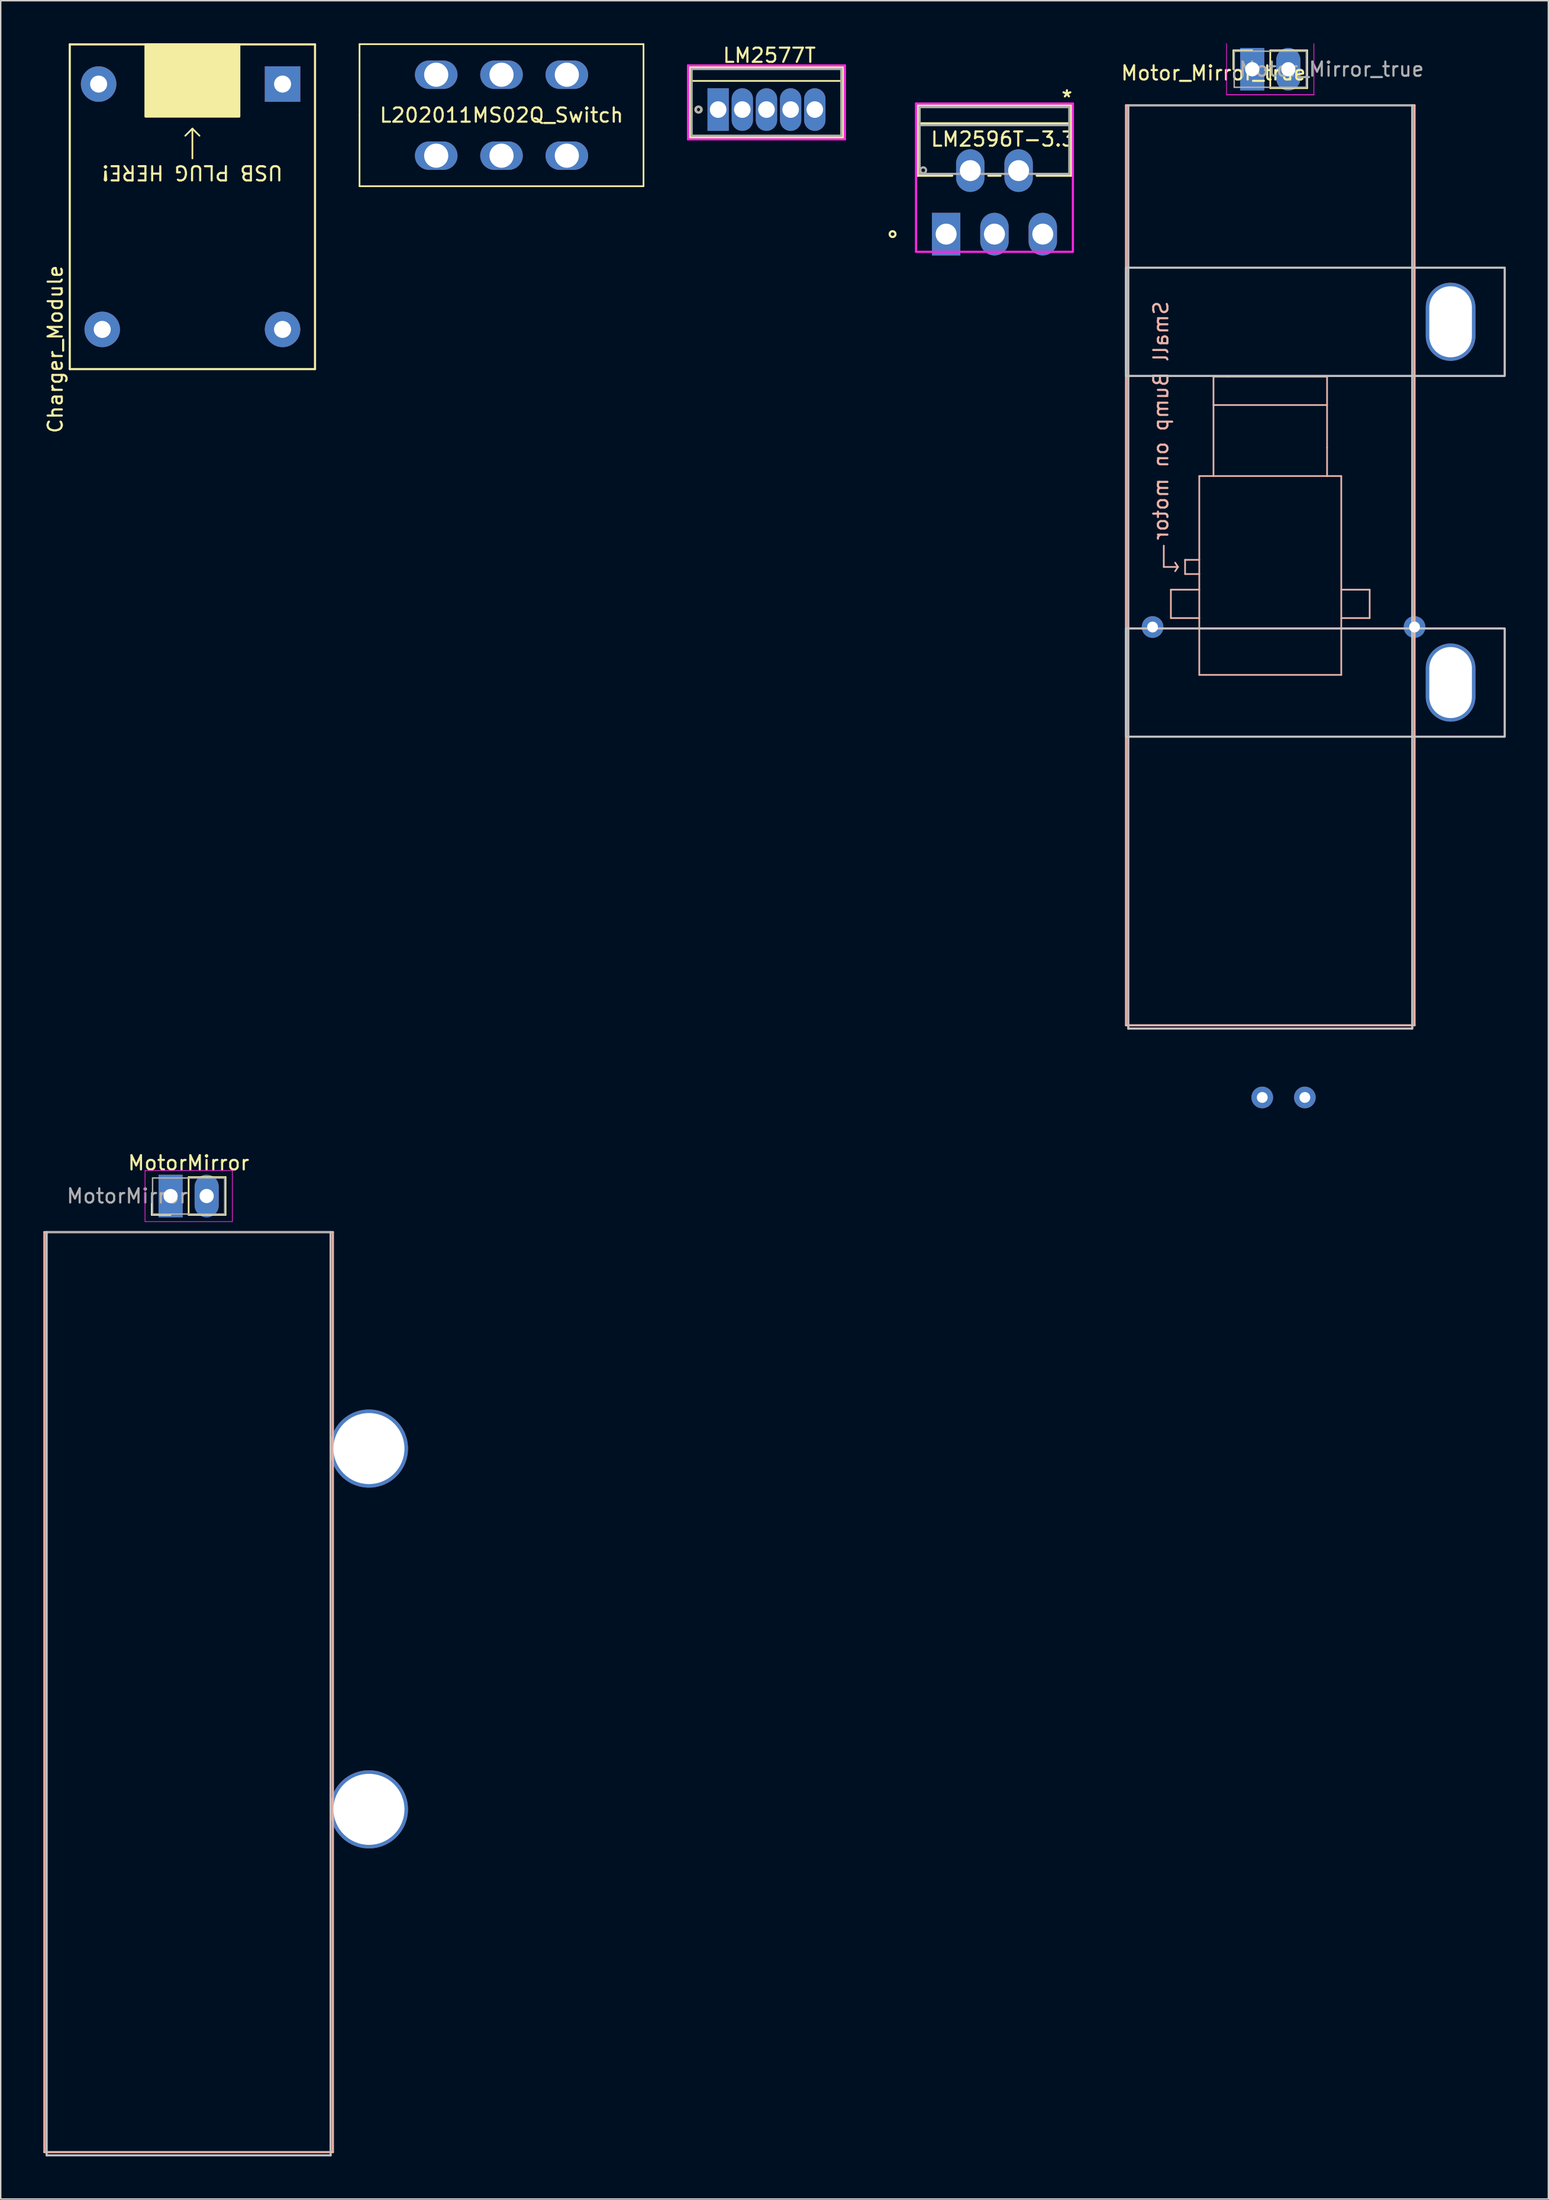
<source format=kicad_pcb>
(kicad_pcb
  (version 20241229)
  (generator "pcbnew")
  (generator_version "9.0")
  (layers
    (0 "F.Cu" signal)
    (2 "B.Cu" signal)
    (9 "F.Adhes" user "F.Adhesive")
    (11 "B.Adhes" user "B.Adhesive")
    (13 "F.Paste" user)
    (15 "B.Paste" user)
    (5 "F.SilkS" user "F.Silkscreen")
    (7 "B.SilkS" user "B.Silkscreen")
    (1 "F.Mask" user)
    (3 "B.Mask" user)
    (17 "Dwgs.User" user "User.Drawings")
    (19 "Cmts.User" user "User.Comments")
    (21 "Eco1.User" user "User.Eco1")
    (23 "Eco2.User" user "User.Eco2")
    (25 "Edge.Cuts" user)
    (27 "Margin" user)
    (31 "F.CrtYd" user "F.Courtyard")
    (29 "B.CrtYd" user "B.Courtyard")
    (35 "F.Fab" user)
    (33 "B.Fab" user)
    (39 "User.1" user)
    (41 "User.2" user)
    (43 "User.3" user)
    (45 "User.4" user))
  (footprint "LM2596T-3.3"
    (layer "F.Cu")
    (at 70.391 0.25)
    (property "Reference" "LM2596T-3.3" (at -2.8 6.5 0) (layer "F.SilkS") (effects (font (size 1 1) (thickness 0.15))))
    (attr through_hole)
    (fp_line (start -8.801 4.115) (end -8.801 9.068) (stroke (width 0.152) (type solid)) (layer "F.SilkS"))
    (fp_line (start -8.801 9.068) (end -6.38 9.068) (stroke (width 0.152) (type solid)) (layer "F.SilkS"))
    (fp_line (start -8.674 5.385) (end 1.867 5.385) (stroke (width 0.152) (type solid)) (layer "F.SilkS"))
    (fp_line (start -3.831 9.068) (end -2.976 9.068) (stroke (width 0.152) (type solid)) (layer "F.SilkS"))
    (fp_line (start -0.427 9.068) (end 1.994 9.068) (stroke (width 0.152) (type solid)) (layer "F.SilkS"))
    (fp_line (start 1.994 4.115) (end -8.801 4.115) (stroke (width 0.152) (type solid)) (layer "F.SilkS"))
    (fp_line (start 1.994 9.068) (end 1.994 4.115) (stroke (width 0.152) (type solid)) (layer "F.SilkS"))
    (fp_circle (center -10.579 13.183) (end -10.376 13.183) (stroke (width 0.152) (type solid)) (fill no) (layer "F.SilkS"))
    (fp_line (start -8.928 3.988) (end -8.928 14.427) (stroke (width 0.152) (type solid)) (layer "F.CrtYd"))
    (fp_line (start -8.928 14.427) (end 2.121 14.427) (stroke (width 0.152) (type solid)) (layer "F.CrtYd"))
    (fp_line (start 2.121 3.988) (end -8.928 3.988) (stroke (width 0.152) (type solid)) (layer "F.CrtYd"))
    (fp_line (start 2.121 14.427) (end 2.121 3.988) (stroke (width 0.152) (type solid)) (layer "F.CrtYd"))
    (fp_line (start -8.674 4.242) (end -8.674 8.941) (stroke (width 0.152) (type solid)) (layer "F.Fab"))
    (fp_line (start -8.674 5.512) (end 1.867 5.512) (stroke (width 0.152) (type solid)) (layer "F.Fab"))
    (fp_line (start -8.674 8.941) (end 1.867 8.941) (stroke (width 0.152) (type solid)) (layer "F.Fab"))
    (fp_line (start 1.867 4.242) (end -8.674 4.242) (stroke (width 0.152) (type solid)) (layer "F.Fab"))
    (fp_line (start 1.867 8.941) (end 1.867 4.242) (stroke (width 0.152) (type solid)) (layer "F.Fab"))
    (fp_circle (center -8.42 8.687) (end -8.217 8.687) (stroke (width 0.152) (type solid)) (fill no) (layer "F.Fab"))
    (fp_text user "*" (at 1.7 3.6 0) (layer "F.SilkS") (effects (font (size 1 1) (thickness 0.15))))
    (pad "1" thru_hole rect (at -6.807 13.183) (size 2 3) (drill 1.473) (layers "*.Cu" "*.Mask"))
    (pad "2" thru_hole oval (at -5.105 8.712) (size 2 3) (drill 1.473) (layers "*.Cu" "*.Mask"))
    (pad "3" thru_hole oval (at -3.404 13.183) (size 2 3) (drill 1.473) (layers "*.Cu" "*.Mask"))
    (pad "4" thru_hole oval (at -1.702 8.712) (size 2 3) (drill 1.473) (layers "*.Cu" "*.Mask"))
    (pad "5" thru_hole oval (at 0 13.183) (size 2 3) (drill 1.473) (layers "*.Cu" "*.Mask")))
  (footprint "L202011MS02Q_Switch"
    (layer "F.Cu")
    (at 32.271 5.06)
    (property "Reference" "L202011MS02Q_Switch" (at 0 0 0) (layer "F.SilkS") (effects (font (size 1 1) (thickness 0.15))))
    (attr through_hole)
    (fp_line (start -10 -5) (end 10 -5) (stroke (width 0.12) (type solid)) (layer "F.SilkS"))
    (fp_line (start -10 0) (end -10 -5) (stroke (width 0.12) (type solid)) (layer "F.SilkS"))
    (fp_line (start -10 5) (end -10 0) (stroke (width 0.12) (type solid)) (layer "F.SilkS"))
    (fp_line (start 10 -5) (end 10 5) (stroke (width 0.12) (type solid)) (layer "F.SilkS"))
    (fp_line (start 10 5) (end -10 5) (stroke (width 0.12) (type solid)) (layer "F.SilkS"))
    (pad "1" thru_hole oval (at -4.6 -2.85) (size 3 2) (drill 1.7) (layers "*.Cu" "*.Mask"))
    (pad "2" thru_hole oval (at 0 -2.85) (size 3 2) (drill 1.7) (layers "*.Cu" "*.Mask"))
    (pad "3" thru_hole oval (at 4.6 -2.85) (size 3 2) (drill 1.7) (layers "*.Cu" "*.Mask"))
    (pad "4" thru_hole oval (at -4.6 2.85) (size 3 2) (drill 1.7) (layers "*.Cu" "*.Mask"))
    (pad "5" thru_hole oval (at 0 2.85) (size 3 2) (drill 1.7) (layers "*.Cu" "*.Mask"))
    (pad "6" thru_hole oval (at 4.6 2.85) (size 3 2) (drill 1.7) (layers "*.Cu" "*.Mask")))
  (footprint "Charger_Module"
    (layer "F.Cu")
    (at 10.5 11.505)
    (property "Reference" "Charger_Module" (at -9.652 10.033 90) (layer "F.SilkS") (effects (font (size 1 1) (thickness 0.15))))
    (attr through_hole)
    (fp_line (start -8.636 -11.43) (end -8.636 11.43) (stroke (width 0.15) (type solid)) (layer "F.SilkS"))
    (fp_line (start -8.636 11.43) (end 8.636 11.43) (stroke (width 0.15) (type solid)) (layer "F.SilkS"))
    (fp_line (start 0 -5.5) (end -0.5 -5) (stroke (width 0.12) (type solid)) (layer "F.SilkS"))
    (fp_line (start 0 -5.5) (end 0.5 -5) (stroke (width 0.12) (type solid)) (layer "F.SilkS"))
    (fp_line (start 0 -3.4) (end 0 -5.5) (stroke (width 0.12) (type solid)) (layer "F.SilkS"))
    (fp_line (start 8.636 -11.43) (end -8.636 -11.43) (stroke (width 0.15) (type solid)) (layer "F.SilkS"))
    (fp_line (start 8.636 11.43) (end 8.636 -11.43) (stroke (width 0.15) (type solid)) (layer "F.SilkS"))
    (fp_poly (pts (xy -3.302 -11.43) (xy -3.302 -6.35) (xy 3.302 -6.35) (xy 3.302 -11.43)) (stroke (width 0.15) (type solid)) (fill yes) (layer "F.SilkS"))
    (fp_text user "USB PLUG HERE!" (at 0 -2.4 180) (unlocked yes) (layer "F.SilkS") (effects (font (size 1 1) (thickness 0.15))))
    (pad "1" thru_hole rect (at 6.35 -8.636 180) (size 2.5 2.5) (drill 1.2) (layers "*.Cu" "*.Mask"))
    (pad "2" thru_hole circle (at -6.604 -8.636 180) (size 2.5 2.5) (drill 1.2) (layers "*.Cu" "*.Mask"))
    (pad "3" thru_hole circle (at 6.35 8.636 180) (size 2.5 2.5) (drill 1.2) (layers "*.Cu" "*.Mask"))
    (pad "4" thru_hole circle (at -6.35 8.636 180) (size 2.5 2.5) (drill 1.2) (layers "*.Cu" "*.Mask")))
  (footprint "MotorMirror"
    (layer "F.Cu")
    (at 10.235 83.695)
    (property "Reference" "MotorMirror" (at 0 -4.87 0) (layer "F.SilkS") (effects (font (size 1 1) (thickness 0.15))))
    (attr through_hole)
    (fp_line (start -2.6 -1.21) (end -2.6 -2.54) (stroke (width 0.12) (type solid)) (layer "F.SilkS"))
    (fp_line (start -1.27 -1.21) (end -2.6 -1.21) (stroke (width 0.12) (type solid)) (layer "F.SilkS"))
    (fp_line (start 0 -3.87) (end 0 -1.21) (stroke (width 0.12) (type solid)) (layer "F.SilkS"))
    (fp_line (start 0 -1.21) (end 2.6 -1.21) (stroke (width 0.12) (type solid)) (layer "F.SilkS"))
    (fp_line (start 2.6 -3.87) (end 0 -3.87) (stroke (width 0.12) (type solid)) (layer "F.SilkS"))
    (fp_line (start 2.6 -1.21) (end 2.6 -3.87) (stroke (width 0.12) (type solid)) (layer "F.SilkS"))
    (fp_line (start -10.16 0) (end -10.16 64.77) (stroke (width 0.15) (type solid)) (layer "B.SilkS"))
    (fp_line (start -10.16 64.77) (end 10.16 64.77) (stroke (width 0.15) (type solid)) (layer "B.SilkS"))
    (fp_line (start 10.16 0) (end -10.16 0) (stroke (width 0.15) (type solid)) (layer "B.SilkS"))
    (fp_line (start 10.16 64.77) (end 10.16 0) (stroke (width 0.15) (type solid)) (layer "B.SilkS"))
    (fp_line (start -10 0) (end -10 65) (stroke (width 0.15) (type solid)) (layer "Dwgs.User"))
    (fp_line (start 10 0) (end 10 65) (stroke (width 0.15) (type solid)) (layer "Dwgs.User"))
    (fp_line (start 10 65) (end -10 65) (stroke (width 0.15) (type solid)) (layer "Dwgs.User"))
    (fp_line (start -3.07 -4.34) (end -3.07 -0.74) (stroke (width 0.05) (type solid)) (layer "F.CrtYd"))
    (fp_line (start -3.07 -0.74) (end 3.08 -0.74) (stroke (width 0.05) (type solid)) (layer "F.CrtYd"))
    (fp_line (start 3.08 -4.34) (end -3.07 -4.34) (stroke (width 0.05) (type solid)) (layer "F.CrtYd"))
    (fp_line (start 3.08 -0.74) (end 3.08 -4.34) (stroke (width 0.05) (type solid)) (layer "F.CrtYd"))
    (fp_line (start -2.54 -3.81) (end -2.54 -1.27) (stroke (width 0.1) (type solid)) (layer "F.Fab"))
    (fp_line (start -2.54 -1.27) (end 2.54 -1.27) (stroke (width 0.1) (type solid)) (layer "F.Fab"))
    (fp_line (start 2.54 -3.81) (end -2.54 -3.81) (stroke (width 0.1) (type solid)) (layer "F.Fab"))
    (fp_line (start 2.54 -1.27) (end 2.54 -3.81) (stroke (width 0.1) (type solid)) (layer "F.Fab"))
    (fp_line (start 10 0) (end -10 0) (stroke (width 0.15) (type solid)) (layer "F.Fab"))
    (fp_text user "${REFERENCE}" (at -4.318 -2.54 0) (layer "F.Fab") (effects (font (size 1 1) (thickness 0.15))))
    (pad "" thru_hole circle (at 12.7 15.24) (size 5.5 5.5) (drill 5) (layers "*.Cu" "*.Mask"))
    (pad "" thru_hole circle (at 12.7 40.64) (size 5.5 5.5) (drill 5) (layers "*.Cu" "*.Mask"))
    (pad "1" thru_hole rect (at -1.27 -2.54 90) (size 3 1.7) (drill 1) (layers "*.Cu" "*.Mask"))
    (pad "2" thru_hole oval (at 1.27 -2.54 90) (size 3 1.7) (drill 1) (layers "*.Cu" "*.Mask")))
  (footprint "LM2577T"
    (layer "F.Cu")
    (at 54.335 3.648)
    (property "Reference" "LM2577T" (at -3.2 -2.8 0) (layer "F.SilkS") (effects (font (size 1 1) (thickness 0.15))))
    (attr through_hole)
    (fp_line (start -8.801 -1.968) (end -8.801 2.985) (stroke (width 0.152) (type solid)) (layer "F.SilkS"))
    (fp_line (start -8.801 2.985) (end 1.994 2.985) (stroke (width 0.152) (type solid)) (layer "F.SilkS"))
    (fp_line (start -8.8 -1) (end 2 -1) (stroke (width 0.12) (type solid)) (layer "F.SilkS"))
    (fp_line (start 1.994 -1.968) (end -8.801 -1.968) (stroke (width 0.152) (type solid)) (layer "F.SilkS"))
    (fp_line (start 1.994 2.985) (end 1.994 -1.968) (stroke (width 0.152) (type solid)) (layer "F.SilkS"))
    (fp_circle (center -8.2 1.016) (end -7.997 1.016) (stroke (width 0.152) (type solid)) (fill no) (layer "F.SilkS"))
    (fp_line (start -8.928 -2.095) (end 2.121 -2.095) (stroke (width 0.152) (type solid)) (layer "F.CrtYd"))
    (fp_line (start -8.928 3.111) (end -8.928 -2.095) (stroke (width 0.152) (type solid)) (layer "F.CrtYd"))
    (fp_line (start 2.121 -2.095) (end 2.121 3.111) (stroke (width 0.152) (type solid)) (layer "F.CrtYd"))
    (fp_line (start 2.121 3.111) (end -8.928 3.111) (stroke (width 0.152) (type solid)) (layer "F.CrtYd"))
    (fp_line (start -8.674 -1.841) (end -8.674 2.857) (stroke (width 0.152) (type solid)) (layer "F.Fab"))
    (fp_line (start -8.674 2.857) (end 1.867 2.857) (stroke (width 0.152) (type solid)) (layer "F.Fab"))
    (fp_line (start -7.061 1.016) (end -6.553 1.016) (stroke (width 0.152) (type solid)) (layer "F.Fab"))
    (fp_line (start -6.807 1.27) (end -6.807 0.762) (stroke (width 0.152) (type solid)) (layer "F.Fab"))
    (fp_line (start 1.867 -1.841) (end -8.674 -1.841) (stroke (width 0.152) (type solid)) (layer "F.Fab"))
    (fp_line (start 1.867 2.857) (end 1.867 -1.841) (stroke (width 0.152) (type solid)) (layer "F.Fab"))
    (fp_circle (center -8.166 1.016) (end -7.963 1.016) (stroke (width 0.152) (type solid)) (fill no) (layer "F.Fab"))
    (pad "1" thru_hole rect (at -6.807 1.016) (size 1.5 3) (drill 1.168) (layers "*.Cu" "*.Mask"))
    (pad "2" thru_hole oval (at -5.105 1.016) (size 1.5 3) (drill 1.168) (layers "*.Cu" "*.Mask"))
    (pad "3" thru_hole oval (at -3.404 1.016) (size 1.5 3) (drill 1.168) (layers "*.Cu" "*.Mask"))
    (pad "4" thru_hole oval (at -1.702 1.016) (size 1.5 3) (drill 1.168) (layers "*.Cu" "*.Mask"))
    (pad "5" thru_hole oval (at 0 1.016) (size 1.5 3) (drill 1.168) (layers "*.Cu" "*.Mask")))
  (footprint "Motor_Mirror_true"
    (layer "F.Cu")
    (at 86.413 4.365)
    (property "Reference" "Motor_Mirror_true" (at -4 -2.273 0) (layer "F.SilkS") (effects (font (size 1 1) (thickness 0.15))))
    (attr through_hole)
    (fp_line (start -2.6 -3.87) (end -2.6 -2.54) (stroke (width 0.12) (type solid)) (layer "F.SilkS"))
    (fp_line (start -1.27 -3.87) (end -2.6 -3.87) (stroke (width 0.12) (type solid)) (layer "F.SilkS"))
    (fp_line (start 0 -3.87) (end 2.6 -3.87) (stroke (width 0.12) (type solid)) (layer "F.SilkS"))
    (fp_line (start 0 -1.21) (end 0 -3.87) (stroke (width 0.12) (type solid)) (layer "F.SilkS"))
    (fp_line (start 2.6 -3.87) (end 2.6 -1.21) (stroke (width 0.12) (type solid)) (layer "F.SilkS"))
    (fp_line (start 2.6 -1.21) (end 0 -1.21) (stroke (width 0.12) (type solid)) (layer "F.SilkS"))
    (fp_line (start -10.16 0) (end -10.16 64.77) (stroke (width 0.15) (type solid)) (layer "B.SilkS"))
    (fp_line (start -10.16 64.77) (end 10.16 64.77) (stroke (width 0.15) (type solid)) (layer "B.SilkS"))
    (fp_line (start -7.5 32.5) (end -7.5 31) (stroke (width 0.12) (type solid)) (layer "B.SilkS"))
    (fp_line (start -7 34.1) (end -5 34.1) (stroke (width 0.12) (type solid)) (layer "B.SilkS"))
    (fp_line (start -7 36.1) (end -7 34.1) (stroke (width 0.12) (type solid)) (layer "B.SilkS"))
    (fp_line (start -6.5 32.5) (end -7.5 32.5) (stroke (width 0.12) (type solid)) (layer "B.SilkS"))
    (fp_line (start -6.5 32.5) (end -6.7 32.2) (stroke (width 0.12) (type solid)) (layer "B.SilkS"))
    (fp_line (start -6.5 32.5) (end -6.7 32.8) (stroke (width 0.12) (type solid)) (layer "B.SilkS"))
    (fp_line (start -6 32) (end -5 32) (stroke (width 0.12) (type solid)) (layer "B.SilkS"))
    (fp_line (start -6 33) (end -6 32) (stroke (width 0.12) (type solid)) (layer "B.SilkS"))
    (fp_line (start -5 26.1) (end -5 40.1) (stroke (width 0.12) (type solid)) (layer "B.SilkS"))
    (fp_line (start -5 33) (end -6 33) (stroke (width 0.12) (type solid)) (layer "B.SilkS"))
    (fp_line (start -5 36.1) (end -7 36.1) (stroke (width 0.12) (type solid)) (layer "B.SilkS"))
    (fp_line (start -5 40.1) (end 5 40.1) (stroke (width 0.12) (type solid)) (layer "B.SilkS"))
    (fp_line (start -4 19.1) (end -3 19.1) (stroke (width 0.12) (type solid)) (layer "B.SilkS"))
    (fp_line (start -4 26.1) (end -5 26.1) (stroke (width 0.12) (type solid)) (layer "B.SilkS"))
    (fp_line (start -4 26.1) (end -4 19.1) (stroke (width 0.12) (type solid)) (layer "B.SilkS"))
    (fp_line (start -3 19.1) (end 4 19.1) (stroke (width 0.12) (type solid)) (layer "B.SilkS"))
    (fp_line (start 4 19.1) (end 4 24.1) (stroke (width 0.12) (type solid)) (layer "B.SilkS"))
    (fp_line (start 4 21.1) (end -4 21.1) (stroke (width 0.12) (type solid)) (layer "B.SilkS"))
    (fp_line (start 4 24.1) (end 4 26.1) (stroke (width 0.12) (type solid)) (layer "B.SilkS"))
    (fp_line (start 4 26.1) (end -4 26.1) (stroke (width 0.12) (type solid)) (layer "B.SilkS"))
    (fp_line (start 5 26.1) (end 4 26.1) (stroke (width 0.12) (type solid)) (layer "B.SilkS"))
    (fp_line (start 5 34.1) (end 7 34.1) (stroke (width 0.12) (type solid)) (layer "B.SilkS"))
    (fp_line (start 5 40.1) (end 5 26.1) (stroke (width 0.12) (type solid)) (layer "B.SilkS"))
    (fp_line (start 7 34.1) (end 7 36.1) (stroke (width 0.12) (type solid)) (layer "B.SilkS"))
    (fp_line (start 7 36.1) (end 5 36.1) (stroke (width 0.12) (type solid)) (layer "B.SilkS"))
    (fp_line (start 10.16 0) (end -10.16 0) (stroke (width 0.15) (type solid)) (layer "B.SilkS"))
    (fp_line (start 10.16 64.77) (end 10.16 0) (stroke (width 0.15) (type solid)) (layer "B.SilkS"))
    (fp_line (start -10 0) (end -10 65) (stroke (width 0.15) (type solid)) (layer "Dwgs.User"))
    (fp_line (start -10 65) (end 10 65) (stroke (width 0.15) (type solid)) (layer "Dwgs.User"))
    (fp_line (start 10 0) (end 10 65) (stroke (width 0.15) (type solid)) (layer "Dwgs.User"))
    (fp_poly (pts (xy 16.51 36.83) (xy -10.16 36.83) (xy -10.16 44.45) (xy 16.51 44.45)) (stroke (width 0.15) (type solid)) (fill no) (layer "Dwgs.User"))
    (fp_poly (pts (xy 15.24 11.43) (xy -10.16 11.43) (xy -10.16 17.78) (xy -10.16 19.05) (xy 15.24 19.05) (xy 16.51 19.05) (xy 16.51 11.43)) (stroke (width 0.15) (type solid)) (fill no) (layer "Dwgs.User"))
    (fp_line (start -3.08 -0.74) (end -3.08 -4.34) (stroke (width 0.05) (type solid)) (layer "F.CrtYd"))
    (fp_line (start 3.07 -4.34) (end 3.07 -0.74) (stroke (width 0.05) (type solid)) (layer "F.CrtYd"))
    (fp_line (start 3.07 -0.74) (end -3.08 -0.74) (stroke (width 0.05) (type solid)) (layer "F.CrtYd"))
    (fp_line (start 3.08 -0.74) (end -3.07 -0.74) (stroke (width 0.05) (type solid)) (layer "F.CrtYd"))
    (fp_line (start -10 0) (end 10 0) (stroke (width 0.15) (type solid)) (layer "F.Fab"))
    (fp_line (start -2.54 -3.81) (end 2.54 -3.81) (stroke (width 0.1) (type solid)) (layer "F.Fab"))
    (fp_line (start -2.54 -1.27) (end -2.54 -3.81) (stroke (width 0.1) (type solid)) (layer "F.Fab"))
    (fp_line (start 2.54 -3.81) (end 2.54 -1.27) (stroke (width 0.1) (type solid)) (layer "F.Fab"))
    (fp_line (start 2.54 -1.27) (end -2.54 -1.27) (stroke (width 0.1) (type solid)) (layer "F.Fab"))
    (fp_text user "Small Bump on motor" (at -7.7 22.2 90) (layer "B.SilkS") (effects (font (size 1 1) (thickness 0.15)) (justify mirror)))
    (fp_text user "${REFERENCE}" (at 4.318 -2.54 0) (layer "F.Fab") (effects (font (size 1 1) (thickness 0.15))))
    (pad "" thru_hole circle (at -8.29 36.73) (size 1.524 1.524) (drill 0.762) (layers "*.Cu" "*.Mask"))
    (pad "" thru_hole circle (at -0.565 69.85) (size 1.524 1.524) (drill 0.762) (layers "*.Cu" "*.Mask"))
    (pad "" thru_hole circle (at 2.435 69.85) (size 1.524 1.524) (drill 0.762) (layers "*.Cu" "*.Mask"))
    (pad "" thru_hole circle (at 10.16 36.73) (size 1.524 1.524) (drill 0.762) (layers "*.Cu" "*.Mask"))
    (pad "" thru_hole oval (at 12.7 15.24) (size 3.5 5.5) (drill oval 3 5) (layers "*.Cu" "*.Mask"))
    (pad "" thru_hole oval (at 12.7 40.64) (size 3.5 5.5) (drill oval 3 5) (layers "*.Cu" "*.Mask"))
    (pad "1" thru_hole rect (at -1.27 -2.54 90) (size 3 1.7) (drill 1) (layers "*.Cu" "*.Mask"))
    (pad "2" thru_hole oval (at 1.27 -2.54 90) (size 3 1.7) (drill 1) (layers "*.Cu" "*.Mask")))
  (gr_rect
    (start -3 -3)
    (end 105.998 151.77)
    (stroke (width 0.1) (type default))
    (fill no)
    (layer "Edge.Cuts")))
</source>
